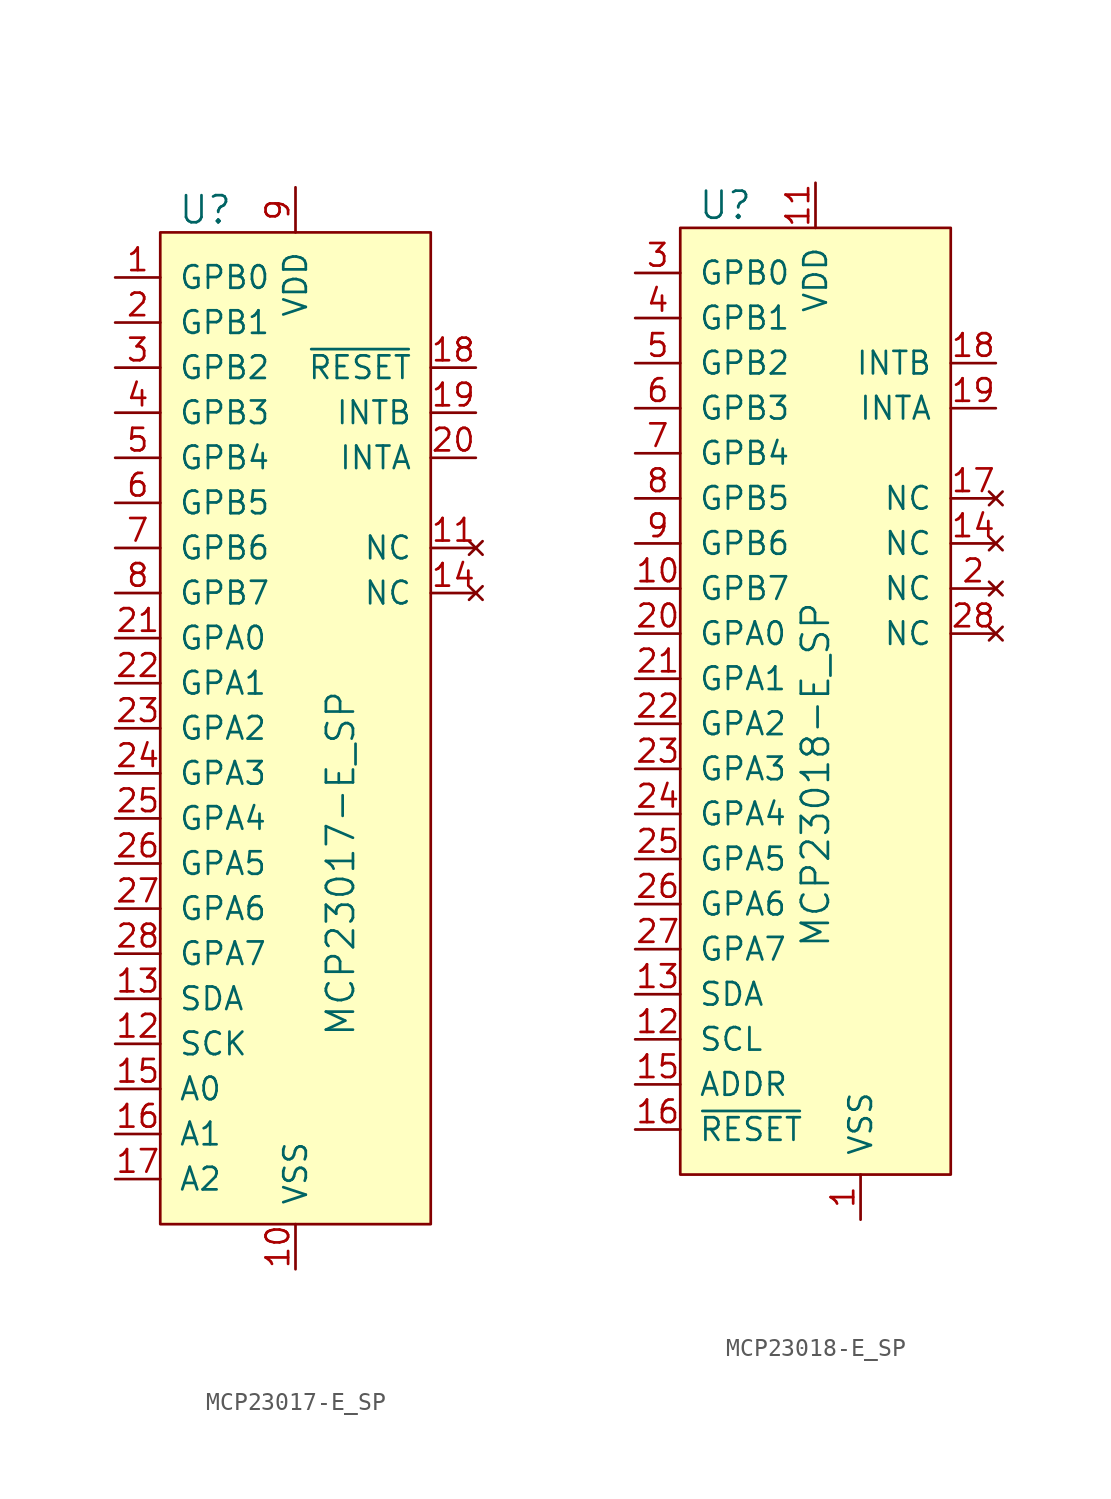
<source format=kicad_sym>
(kicad_symbol_lib
  (version 20201005)
  (generator kicad_symbol_editor)
  (symbol "MCP23017-E_SP"
    (pin_names
      (offset 1.016))
    (property "Reference" "U"
      (at -2.54 19.05 0)
      (effects (font (size 1.524 1.524))))
    (property "Value" "MCP23017-E_SP"
      (at 5.08 -17.78 90)
      (effects (font (size 1.524 1.524))))
    (symbol "MCP23017-E_SP_0_1"
      (rectangle (start -5.08 17.78) (end 10.16 -38.1) (stroke (width 0)) (fill (type background))))
    (symbol "MCP23017-E_SP_1_1"
      (pin bidirectional line (at -7.62 15.24 0) (length 2.54) (name "GPB0" (effects (font (size 1.27 1.27)))) (number "1" (effects (font (size 1.27 1.27)))))
      (pin bidirectional line (at -7.62 12.7 0) (length 2.54) (name "GPB1" (effects (font (size 1.27 1.27)))) (number "2" (effects (font (size 1.27 1.27)))))
      (pin bidirectional line (at -7.62 10.16 0) (length 2.54) (name "GPB2" (effects (font (size 1.27 1.27)))) (number "3" (effects (font (size 1.27 1.27)))))
      (pin bidirectional line (at -7.62 7.62 0) (length 2.54) (name "GPB3" (effects (font (size 1.27 1.27)))) (number "4" (effects (font (size 1.27 1.27)))))
      (pin bidirectional line (at -7.62 5.08 0) (length 2.54) (name "GPB4" (effects (font (size 1.27 1.27)))) (number "5" (effects (font (size 1.27 1.27)))))
      (pin bidirectional line (at -7.62 2.54 0) (length 2.54) (name "GPB5" (effects (font (size 1.27 1.27)))) (number "6" (effects (font (size 1.27 1.27)))))
      (pin bidirectional line (at -7.62 0 0) (length 2.54) (name "GPB6" (effects (font (size 1.27 1.27)))) (number "7" (effects (font (size 1.27 1.27)))))
      (pin bidirectional line (at -7.62 -2.54 0) (length 2.54) (name "GPB7" (effects (font (size 1.27 1.27)))) (number "8" (effects (font (size 1.27 1.27)))))
      (pin power_in line (at 2.54 20.32 270) (length 2.54) (name "VDD" (effects (font (size 1.27 1.27)))) (number "9" (effects (font (size 1.27 1.27)))))
      (pin power_in line (at 2.54 -40.64 90) (length 2.54) (name "VSS" (effects (font (size 1.27 1.27)))) (number "10" (effects (font (size 1.27 1.27)))))
      (pin output line (at 12.7 5.08 180) (length 2.54) (name "INTA" (effects (font (size 1.27 1.27)))) (number "20" (effects (font (size 1.27 1.27)))))
      (pin no_connect line (at 12.7 0 180) (length 2.54) (name "NC" (effects (font (size 1.27 1.27)))) (number "11" (effects (font (size 1.27 1.27)))))
      (pin bidirectional line (at -7.62 -5.08 0) (length 2.54) (name "GPA0" (effects (font (size 1.27 1.27)))) (number "21" (effects (font (size 1.27 1.27)))))
      (pin input line (at -7.62 -27.94 0) (length 2.54) (name "SCK" (effects (font (size 1.27 1.27)))) (number "12" (effects (font (size 1.27 1.27)))))
      (pin bidirectional line (at -7.62 -7.62 0) (length 2.54) (name "GPA1" (effects (font (size 1.27 1.27)))) (number "22" (effects (font (size 1.27 1.27)))))
      (pin bidirectional line (at -7.62 -25.4 0) (length 2.54) (name "SDA" (effects (font (size 1.27 1.27)))) (number "13" (effects (font (size 1.27 1.27)))))
      (pin bidirectional line (at -7.62 -10.16 0) (length 2.54) (name "GPA2" (effects (font (size 1.27 1.27)))) (number "23" (effects (font (size 1.27 1.27)))))
      (pin no_connect line (at 12.7 -2.54 180) (length 2.54) (name "NC" (effects (font (size 1.27 1.27)))) (number "14" (effects (font (size 1.27 1.27)))))
      (pin bidirectional line (at -7.62 -12.7 0) (length 2.54) (name "GPA3" (effects (font (size 1.27 1.27)))) (number "24" (effects (font (size 1.27 1.27)))))
      (pin input line (at -7.62 -30.48 0) (length 2.54) (name "A0" (effects (font (size 1.27 1.27)))) (number "15" (effects (font (size 1.27 1.27)))))
      (pin bidirectional line (at -7.62 -15.24 0) (length 2.54) (name "GPA4" (effects (font (size 1.27 1.27)))) (number "25" (effects (font (size 1.27 1.27)))))
      (pin input line (at -7.62 -33.02 0) (length 2.54) (name "A1" (effects (font (size 1.27 1.27)))) (number "16" (effects (font (size 1.27 1.27)))))
      (pin bidirectional line (at -7.62 -17.78 0) (length 2.54) (name "GPA5" (effects (font (size 1.27 1.27)))) (number "26" (effects (font (size 1.27 1.27)))))
      (pin input line (at -7.62 -35.56 0) (length 2.54) (name "A2" (effects (font (size 1.27 1.27)))) (number "17" (effects (font (size 1.27 1.27)))))
      (pin bidirectional line (at -7.62 -20.32 0) (length 2.54) (name "GPA6" (effects (font (size 1.27 1.27)))) (number "27" (effects (font (size 1.27 1.27)))))
      (pin output line (at 12.7 10.16 180) (length 2.54) (name "~RESET" (effects (font (size 1.27 1.27)))) (number "18" (effects (font (size 1.27 1.27)))))
      (pin bidirectional line (at -7.62 -22.86 0) (length 2.54) (name "GPA7" (effects (font (size 1.27 1.27)))) (number "28" (effects (font (size 1.27 1.27)))))
      (pin output line (at 12.7 7.62 180) (length 2.54) (name "INTB" (effects (font (size 1.27 1.27)))) (number "19" (effects (font (size 1.27 1.27)))))))
  (symbol "MCP23018-E_SP"
    (pin_names
      (offset 1.016))
    (property "Reference" "U"
      (at -2.54 19.05 0)
      (effects (font (size 1.524 1.524))))
    (property "Value" "MCP23018-E_SP"
      (at 2.54 -22.86 90)
      (effects (font (size 1.524 1.524)) (justify left)))
    (symbol "MCP23018-E_SP_0_1"
      (rectangle (start -5.08 17.78) (end 10.16 -35.56) (stroke (width 0)) (fill (type background))))
    (symbol "MCP23018-E_SP_1_1"
      (pin power_in line (at 5.08 -38.1 90) (length 2.54) (name "VSS" (effects (font (size 1.27 1.27)))) (number "1" (effects (font (size 1.27 1.27)))))
      (pin no_connect line (at 12.7 -2.54 180) (length 2.54) (name "NC" (effects (font (size 1.27 1.27)))) (number "2" (effects (font (size 1.27 1.27)))))
      (pin bidirectional line (at -7.62 15.24 0) (length 2.54) (name "GPB0" (effects (font (size 1.27 1.27)))) (number "3" (effects (font (size 1.27 1.27)))))
      (pin bidirectional line (at -7.62 12.7 0) (length 2.54) (name "GPB1" (effects (font (size 1.27 1.27)))) (number "4" (effects (font (size 1.27 1.27)))))
      (pin bidirectional line (at -7.62 10.16 0) (length 2.54) (name "GPB2" (effects (font (size 1.27 1.27)))) (number "5" (effects (font (size 1.27 1.27)))))
      (pin bidirectional line (at -7.62 7.62 0) (length 2.54) (name "GPB3" (effects (font (size 1.27 1.27)))) (number "6" (effects (font (size 1.27 1.27)))))
      (pin bidirectional line (at -7.62 5.08 0) (length 2.54) (name "GPB4" (effects (font (size 1.27 1.27)))) (number "7" (effects (font (size 1.27 1.27)))))
      (pin bidirectional line (at -7.62 2.54 0) (length 2.54) (name "GPB5" (effects (font (size 1.27 1.27)))) (number "8" (effects (font (size 1.27 1.27)))))
      (pin bidirectional line (at -7.62 0 0) (length 2.54) (name "GPB6" (effects (font (size 1.27 1.27)))) (number "9" (effects (font (size 1.27 1.27)))))
      (pin bidirectional line (at -7.62 -2.54 0) (length 2.54) (name "GPB7" (effects (font (size 1.27 1.27)))) (number "10" (effects (font (size 1.27 1.27)))))
      (pin bidirectional line (at -7.62 -5.08 0) (length 2.54) (name "GPA0" (effects (font (size 1.27 1.27)))) (number "20" (effects (font (size 1.27 1.27)))))
      (pin power_in line (at 2.54 20.32 270) (length 2.54) (name "VDD" (effects (font (size 1.27 1.27)))) (number "11" (effects (font (size 1.27 1.27)))))
      (pin bidirectional line (at -7.62 -7.62 0) (length 2.54) (name "GPA1" (effects (font (size 1.27 1.27)))) (number "21" (effects (font (size 1.27 1.27)))))
      (pin input line (at -7.62 -27.94 0) (length 2.54) (name "SCL" (effects (font (size 1.27 1.27)))) (number "12" (effects (font (size 1.27 1.27)))))
      (pin bidirectional line (at -7.62 -10.16 0) (length 2.54) (name "GPA2" (effects (font (size 1.27 1.27)))) (number "22" (effects (font (size 1.27 1.27)))))
      (pin bidirectional line (at -7.62 -25.4 0) (length 2.54) (name "SDA" (effects (font (size 1.27 1.27)))) (number "13" (effects (font (size 1.27 1.27)))))
      (pin bidirectional line (at -7.62 -12.7 0) (length 2.54) (name "GPA3" (effects (font (size 1.27 1.27)))) (number "23" (effects (font (size 1.27 1.27)))))
      (pin no_connect line (at 12.7 0 180) (length 2.54) (name "NC" (effects (font (size 1.27 1.27)))) (number "14" (effects (font (size 1.27 1.27)))))
      (pin bidirectional line (at -7.62 -15.24 0) (length 2.54) (name "GPA4" (effects (font (size 1.27 1.27)))) (number "24" (effects (font (size 1.27 1.27)))))
      (pin input line (at -7.62 -30.48 0) (length 2.54) (name "ADDR" (effects (font (size 1.27 1.27)))) (number "15" (effects (font (size 1.27 1.27)))))
      (pin bidirectional line (at -7.62 -17.78 0) (length 2.54) (name "GPA5" (effects (font (size 1.27 1.27)))) (number "25" (effects (font (size 1.27 1.27)))))
      (pin input line (at -7.62 -33.02 0) (length 2.54) (name "~RESET" (effects (font (size 1.27 1.27)))) (number "16" (effects (font (size 1.27 1.27)))))
      (pin bidirectional line (at -7.62 -20.32 0) (length 2.54) (name "GPA6" (effects (font (size 1.27 1.27)))) (number "26" (effects (font (size 1.27 1.27)))))
      (pin no_connect line (at 12.7 2.54 180) (length 2.54) (name "NC" (effects (font (size 1.27 1.27)))) (number "17" (effects (font (size 1.27 1.27)))))
      (pin bidirectional line (at -7.62 -22.86 0) (length 2.54) (name "GPA7" (effects (font (size 1.27 1.27)))) (number "27" (effects (font (size 1.27 1.27)))))
      (pin output line (at 12.7 10.16 180) (length 2.54) (name "INTB" (effects (font (size 1.27 1.27)))) (number "18" (effects (font (size 1.27 1.27)))))
      (pin no_connect line (at 12.7 -5.08 180) (length 2.54) (name "NC" (effects (font (size 1.27 1.27)))) (number "28" (effects (font (size 1.27 1.27)))))
      (pin output line (at 12.7 7.62 180) (length 2.54) (name "INTA" (effects (font (size 1.27 1.27)))) (number "19" (effects (font (size 1.27 1.27))))))))
</source>
